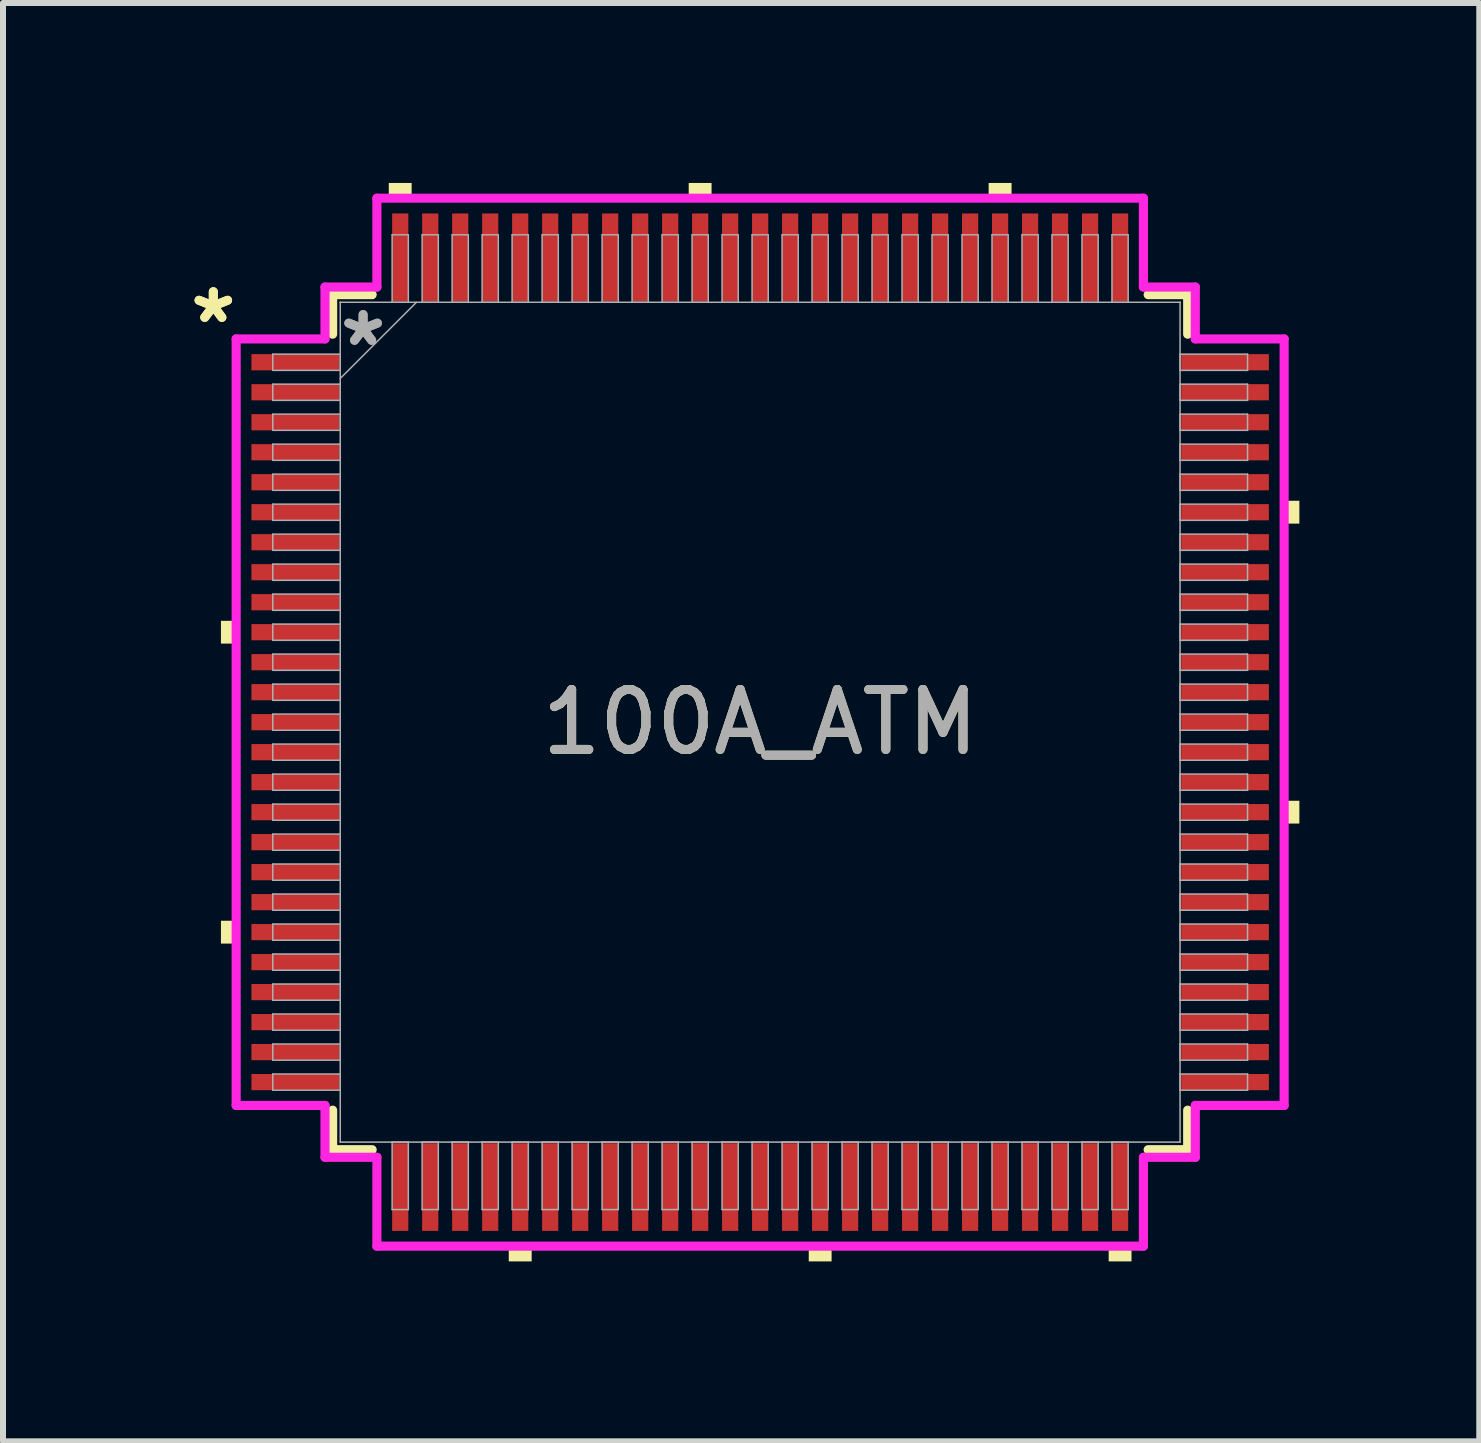
<source format=kicad_pcb>
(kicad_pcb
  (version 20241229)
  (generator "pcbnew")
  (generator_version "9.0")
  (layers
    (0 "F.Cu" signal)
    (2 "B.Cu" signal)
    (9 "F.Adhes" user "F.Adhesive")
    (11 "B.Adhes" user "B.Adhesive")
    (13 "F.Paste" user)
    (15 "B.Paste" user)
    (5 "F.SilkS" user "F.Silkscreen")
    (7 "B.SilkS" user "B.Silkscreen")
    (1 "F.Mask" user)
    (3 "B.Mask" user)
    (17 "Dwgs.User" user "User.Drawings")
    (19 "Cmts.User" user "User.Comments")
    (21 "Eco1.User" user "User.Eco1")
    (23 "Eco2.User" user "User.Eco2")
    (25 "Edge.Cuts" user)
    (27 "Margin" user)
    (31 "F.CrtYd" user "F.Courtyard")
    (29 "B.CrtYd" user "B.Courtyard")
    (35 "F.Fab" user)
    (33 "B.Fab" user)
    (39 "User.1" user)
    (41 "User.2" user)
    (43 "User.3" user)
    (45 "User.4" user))
  (footprint "100A_ATM"
    (layer "F.Cu")
    (at 9.622 8.989)
    (property "Reference" "100A_ATM" (at 0 0 0) (unlocked yes) (layer "F.SilkS") (effects (font (size 1 1) (thickness 0.15))))
    (attr smd)
    (fp_line (start -7.127 -7.127) (end -7.127 -6.468) (stroke (width 0.152) (type solid)) (layer "F.SilkS"))
    (fp_line (start -7.127 6.468) (end -7.127 7.127) (stroke (width 0.152) (type solid)) (layer "F.SilkS"))
    (fp_line (start -7.127 7.127) (end -6.468 7.127) (stroke (width 0.152) (type solid)) (layer "F.SilkS"))
    (fp_line (start -6.468 -7.127) (end -7.127 -7.127) (stroke (width 0.152) (type solid)) (layer "F.SilkS"))
    (fp_line (start 6.468 7.127) (end 7.127 7.127) (stroke (width 0.152) (type solid)) (layer "F.SilkS"))
    (fp_line (start 7.127 -7.127) (end 6.468 -7.127) (stroke (width 0.152) (type solid)) (layer "F.SilkS"))
    (fp_line (start 7.127 -6.468) (end 7.127 -7.127) (stroke (width 0.152) (type solid)) (layer "F.SilkS"))
    (fp_line (start 7.127 7.127) (end 7.127 6.468) (stroke (width 0.152) (type solid)) (layer "F.SilkS"))
    (fp_poly (pts (xy -8.989 -1.69) (xy -8.989 -1.31) (xy -8.735 -1.31) (xy -8.735 -1.69)) (stroke (width 0) (type solid)) (fill yes) (layer "F.SilkS"))
    (fp_poly (pts (xy -8.989 3.31) (xy -8.989 3.691) (xy -8.735 3.691) (xy -8.735 3.31)) (stroke (width 0) (type solid)) (fill yes) (layer "F.SilkS"))
    (fp_poly (pts (xy -6.191 -8.735) (xy -6.191 -8.989) (xy -5.81 -8.989) (xy -5.81 -8.735)) (stroke (width 0) (type solid)) (fill yes) (layer "F.SilkS"))
    (fp_poly (pts (xy -4.191 8.735) (xy -4.191 8.989) (xy -3.809 8.989) (xy -3.809 8.735)) (stroke (width 0) (type solid)) (fill yes) (layer "F.SilkS"))
    (fp_poly (pts (xy -1.191 -8.735) (xy -1.191 -8.989) (xy -0.81 -8.989) (xy -0.81 -8.735)) (stroke (width 0) (type solid)) (fill yes) (layer "F.SilkS"))
    (fp_poly (pts (xy 0.81 8.735) (xy 0.81 8.989) (xy 1.191 8.989) (xy 1.191 8.735)) (stroke (width 0) (type solid)) (fill yes) (layer "F.SilkS"))
    (fp_poly (pts (xy 3.809 -8.735) (xy 3.809 -8.989) (xy 4.191 -8.989) (xy 4.191 -8.735)) (stroke (width 0) (type solid)) (fill yes) (layer "F.SilkS"))
    (fp_poly (pts (xy 5.81 8.735) (xy 5.81 8.989) (xy 6.191 8.989) (xy 6.191 8.735)) (stroke (width 0) (type solid)) (fill yes) (layer "F.SilkS"))
    (fp_poly (pts (xy 8.989 -3.691) (xy 8.989 -3.31) (xy 8.735 -3.31) (xy 8.735 -3.691)) (stroke (width 0) (type solid)) (fill yes) (layer "F.SilkS"))
    (fp_poly (pts (xy 8.989 1.31) (xy 8.989 1.69) (xy 8.735 1.69) (xy 8.735 1.31)) (stroke (width 0) (type solid)) (fill yes) (layer "F.SilkS"))
    (fp_line (start -8.735 -6.389) (end -7.254 -6.389) (stroke (width 0.152) (type solid)) (layer "F.CrtYd"))
    (fp_line (start -8.735 6.389) (end -8.735 -6.389) (stroke (width 0.152) (type solid)) (layer "F.CrtYd"))
    (fp_line (start -7.254 -7.254) (end -6.389 -7.254) (stroke (width 0.152) (type solid)) (layer "F.CrtYd"))
    (fp_line (start -7.254 -6.389) (end -7.254 -7.254) (stroke (width 0.152) (type solid)) (layer "F.CrtYd"))
    (fp_line (start -7.254 6.389) (end -8.735 6.389) (stroke (width 0.152) (type solid)) (layer "F.CrtYd"))
    (fp_line (start -7.254 7.254) (end -7.254 6.389) (stroke (width 0.152) (type solid)) (layer "F.CrtYd"))
    (fp_line (start -7.254 7.254) (end -6.389 7.254) (stroke (width 0.152) (type solid)) (layer "F.CrtYd"))
    (fp_line (start -6.389 -8.735) (end 6.389 -8.735) (stroke (width 0.152) (type solid)) (layer "F.CrtYd"))
    (fp_line (start -6.389 -7.254) (end -6.389 -8.735) (stroke (width 0.152) (type solid)) (layer "F.CrtYd"))
    (fp_line (start -6.389 7.254) (end -6.389 8.735) (stroke (width 0.152) (type solid)) (layer "F.CrtYd"))
    (fp_line (start -6.389 8.735) (end 6.389 8.735) (stroke (width 0.152) (type solid)) (layer "F.CrtYd"))
    (fp_line (start 6.389 -8.735) (end 6.389 -7.254) (stroke (width 0.152) (type solid)) (layer "F.CrtYd"))
    (fp_line (start 6.389 -7.254) (end 7.254 -7.254) (stroke (width 0.152) (type solid)) (layer "F.CrtYd"))
    (fp_line (start 6.389 7.254) (end 7.254 7.254) (stroke (width 0.152) (type solid)) (layer "F.CrtYd"))
    (fp_line (start 6.389 8.735) (end 6.389 7.254) (stroke (width 0.152) (type solid)) (layer "F.CrtYd"))
    (fp_line (start 7.254 -6.389) (end 7.254 -7.254) (stroke (width 0.152) (type solid)) (layer "F.CrtYd"))
    (fp_line (start 7.254 6.389) (end 8.735 6.389) (stroke (width 0.152) (type solid)) (layer "F.CrtYd"))
    (fp_line (start 7.254 7.254) (end 7.254 6.389) (stroke (width 0.152) (type solid)) (layer "F.CrtYd"))
    (fp_line (start 8.735 -6.389) (end 7.254 -6.389) (stroke (width 0.152) (type solid)) (layer "F.CrtYd"))
    (fp_line (start 8.735 6.389) (end 8.735 -6.389) (stroke (width 0.152) (type solid)) (layer "F.CrtYd"))
    (fp_line (start -8.125 -6.135) (end -8.125 -5.865) (stroke (width 0.025) (type solid)) (layer "F.Fab"))
    (fp_line (start -8.125 -5.865) (end -7 -5.865) (stroke (width 0.025) (type solid)) (layer "F.Fab"))
    (fp_line (start -8.125 -5.635) (end -8.125 -5.365) (stroke (width 0.025) (type solid)) (layer "F.Fab"))
    (fp_line (start -8.125 -5.365) (end -7 -5.365) (stroke (width 0.025) (type solid)) (layer "F.Fab"))
    (fp_line (start -8.125 -5.135) (end -8.125 -4.865) (stroke (width 0.025) (type solid)) (layer "F.Fab"))
    (fp_line (start -8.125 -4.865) (end -7 -4.865) (stroke (width 0.025) (type solid)) (layer "F.Fab"))
    (fp_line (start -8.125 -4.635) (end -8.125 -4.365) (stroke (width 0.025) (type solid)) (layer "F.Fab"))
    (fp_line (start -8.125 -4.365) (end -7 -4.365) (stroke (width 0.025) (type solid)) (layer "F.Fab"))
    (fp_line (start -8.125 -4.135) (end -8.125 -3.865) (stroke (width 0.025) (type solid)) (layer "F.Fab"))
    (fp_line (start -8.125 -3.865) (end -7 -3.865) (stroke (width 0.025) (type solid)) (layer "F.Fab"))
    (fp_line (start -8.125 -3.635) (end -8.125 -3.365) (stroke (width 0.025) (type solid)) (layer "F.Fab"))
    (fp_line (start -8.125 -3.365) (end -7 -3.365) (stroke (width 0.025) (type solid)) (layer "F.Fab"))
    (fp_line (start -8.125 -3.135) (end -8.125 -2.865) (stroke (width 0.025) (type solid)) (layer "F.Fab"))
    (fp_line (start -8.125 -2.865) (end -7 -2.865) (stroke (width 0.025) (type solid)) (layer "F.Fab"))
    (fp_line (start -8.125 -2.635) (end -8.125 -2.365) (stroke (width 0.025) (type solid)) (layer "F.Fab"))
    (fp_line (start -8.125 -2.365) (end -7 -2.365) (stroke (width 0.025) (type solid)) (layer "F.Fab"))
    (fp_line (start -8.125 -2.135) (end -8.125 -1.865) (stroke (width 0.025) (type solid)) (layer "F.Fab"))
    (fp_line (start -8.125 -1.865) (end -7 -1.865) (stroke (width 0.025) (type solid)) (layer "F.Fab"))
    (fp_line (start -8.125 -1.635) (end -8.125 -1.365) (stroke (width 0.025) (type solid)) (layer "F.Fab"))
    (fp_line (start -8.125 -1.365) (end -7 -1.365) (stroke (width 0.025) (type solid)) (layer "F.Fab"))
    (fp_line (start -8.125 -1.135) (end -8.125 -0.865) (stroke (width 0.025) (type solid)) (layer "F.Fab"))
    (fp_line (start -8.125 -0.865) (end -7 -0.865) (stroke (width 0.025) (type solid)) (layer "F.Fab"))
    (fp_line (start -8.125 -0.635) (end -8.125 -0.365) (stroke (width 0.025) (type solid)) (layer "F.Fab"))
    (fp_line (start -8.125 -0.365) (end -7 -0.365) (stroke (width 0.025) (type solid)) (layer "F.Fab"))
    (fp_line (start -8.125 -0.135) (end -8.125 0.135) (stroke (width 0.025) (type solid)) (layer "F.Fab"))
    (fp_line (start -8.125 0.135) (end -7 0.135) (stroke (width 0.025) (type solid)) (layer "F.Fab"))
    (fp_line (start -8.125 0.365) (end -8.125 0.635) (stroke (width 0.025) (type solid)) (layer "F.Fab"))
    (fp_line (start -8.125 0.635) (end -7 0.635) (stroke (width 0.025) (type solid)) (layer "F.Fab"))
    (fp_line (start -8.125 0.865) (end -8.125 1.135) (stroke (width 0.025) (type solid)) (layer "F.Fab"))
    (fp_line (start -8.125 1.135) (end -7 1.135) (stroke (width 0.025) (type solid)) (layer "F.Fab"))
    (fp_line (start -8.125 1.365) (end -8.125 1.635) (stroke (width 0.025) (type solid)) (layer "F.Fab"))
    (fp_line (start -8.125 1.635) (end -7 1.635) (stroke (width 0.025) (type solid)) (layer "F.Fab"))
    (fp_line (start -8.125 1.865) (end -8.125 2.135) (stroke (width 0.025) (type solid)) (layer "F.Fab"))
    (fp_line (start -8.125 2.135) (end -7 2.135) (stroke (width 0.025) (type solid)) (layer "F.Fab"))
    (fp_line (start -8.125 2.365) (end -8.125 2.635) (stroke (width 0.025) (type solid)) (layer "F.Fab"))
    (fp_line (start -8.125 2.635) (end -7 2.635) (stroke (width 0.025) (type solid)) (layer "F.Fab"))
    (fp_line (start -8.125 2.865) (end -8.125 3.135) (stroke (width 0.025) (type solid)) (layer "F.Fab"))
    (fp_line (start -8.125 3.135) (end -7 3.135) (stroke (width 0.025) (type solid)) (layer "F.Fab"))
    (fp_line (start -8.125 3.365) (end -8.125 3.635) (stroke (width 0.025) (type solid)) (layer "F.Fab"))
    (fp_line (start -8.125 3.635) (end -7 3.635) (stroke (width 0.025) (type solid)) (layer "F.Fab"))
    (fp_line (start -8.125 3.865) (end -8.125 4.135) (stroke (width 0.025) (type solid)) (layer "F.Fab"))
    (fp_line (start -8.125 4.135) (end -7 4.135) (stroke (width 0.025) (type solid)) (layer "F.Fab"))
    (fp_line (start -8.125 4.365) (end -8.125 4.635) (stroke (width 0.025) (type solid)) (layer "F.Fab"))
    (fp_line (start -8.125 4.635) (end -7 4.635) (stroke (width 0.025) (type solid)) (layer "F.Fab"))
    (fp_line (start -8.125 4.865) (end -8.125 5.135) (stroke (width 0.025) (type solid)) (layer "F.Fab"))
    (fp_line (start -8.125 5.135) (end -7 5.135) (stroke (width 0.025) (type solid)) (layer "F.Fab"))
    (fp_line (start -8.125 5.365) (end -8.125 5.635) (stroke (width 0.025) (type solid)) (layer "F.Fab"))
    (fp_line (start -8.125 5.635) (end -7 5.635) (stroke (width 0.025) (type solid)) (layer "F.Fab"))
    (fp_line (start -8.125 5.865) (end -8.125 6.135) (stroke (width 0.025) (type solid)) (layer "F.Fab"))
    (fp_line (start -8.125 6.135) (end -7 6.135) (stroke (width 0.025) (type solid)) (layer "F.Fab"))
    (fp_line (start -7 -6.135) (end -8.125 -6.135) (stroke (width 0.025) (type solid)) (layer "F.Fab"))
    (fp_line (start -7 -5.865) (end -7 -6.135) (stroke (width 0.025) (type solid)) (layer "F.Fab"))
    (fp_line (start -7 -5.73) (end -5.73 -7) (stroke (width 0.025) (type solid)) (layer "F.Fab"))
    (fp_line (start -7 -5.635) (end -8.125 -5.635) (stroke (width 0.025) (type solid)) (layer "F.Fab"))
    (fp_line (start -7 -5.365) (end -7 -5.635) (stroke (width 0.025) (type solid)) (layer "F.Fab"))
    (fp_line (start -7 -5.135) (end -8.125 -5.135) (stroke (width 0.025) (type solid)) (layer "F.Fab"))
    (fp_line (start -7 -4.865) (end -7 -5.135) (stroke (width 0.025) (type solid)) (layer "F.Fab"))
    (fp_line (start -7 -4.635) (end -8.125 -4.635) (stroke (width 0.025) (type solid)) (layer "F.Fab"))
    (fp_line (start -7 -4.365) (end -7 -4.635) (stroke (width 0.025) (type solid)) (layer "F.Fab"))
    (fp_line (start -7 -4.135) (end -8.125 -4.135) (stroke (width 0.025) (type solid)) (layer "F.Fab"))
    (fp_line (start -7 -3.865) (end -7 -4.135) (stroke (width 0.025) (type solid)) (layer "F.Fab"))
    (fp_line (start -7 -3.635) (end -8.125 -3.635) (stroke (width 0.025) (type solid)) (layer "F.Fab"))
    (fp_line (start -7 -3.365) (end -7 -3.635) (stroke (width 0.025) (type solid)) (layer "F.Fab"))
    (fp_line (start -7 -3.135) (end -8.125 -3.135) (stroke (width 0.025) (type solid)) (layer "F.Fab"))
    (fp_line (start -7 -2.865) (end -7 -3.135) (stroke (width 0.025) (type solid)) (layer "F.Fab"))
    (fp_line (start -7 -2.635) (end -8.125 -2.635) (stroke (width 0.025) (type solid)) (layer "F.Fab"))
    (fp_line (start -7 -2.365) (end -7 -2.635) (stroke (width 0.025) (type solid)) (layer "F.Fab"))
    (fp_line (start -7 -2.135) (end -8.125 -2.135) (stroke (width 0.025) (type solid)) (layer "F.Fab"))
    (fp_line (start -7 -1.865) (end -7 -2.135) (stroke (width 0.025) (type solid)) (layer "F.Fab"))
    (fp_line (start -7 -1.635) (end -8.125 -1.635) (stroke (width 0.025) (type solid)) (layer "F.Fab"))
    (fp_line (start -7 -1.365) (end -7 -1.635) (stroke (width 0.025) (type solid)) (layer "F.Fab"))
    (fp_line (start -7 -1.135) (end -8.125 -1.135) (stroke (width 0.025) (type solid)) (layer "F.Fab"))
    (fp_line (start -7 -0.865) (end -7 -1.135) (stroke (width 0.025) (type solid)) (layer "F.Fab"))
    (fp_line (start -7 -0.635) (end -8.125 -0.635) (stroke (width 0.025) (type solid)) (layer "F.Fab"))
    (fp_line (start -7 -0.365) (end -7 -0.635) (stroke (width 0.025) (type solid)) (layer "F.Fab"))
    (fp_line (start -7 -0.135) (end -8.125 -0.135) (stroke (width 0.025) (type solid)) (layer "F.Fab"))
    (fp_line (start -7 0.135) (end -7 -0.135) (stroke (width 0.025) (type solid)) (layer "F.Fab"))
    (fp_line (start -7 0.365) (end -8.125 0.365) (stroke (width 0.025) (type solid)) (layer "F.Fab"))
    (fp_line (start -7 0.635) (end -7 0.365) (stroke (width 0.025) (type solid)) (layer "F.Fab"))
    (fp_line (start -7 0.865) (end -8.125 0.865) (stroke (width 0.025) (type solid)) (layer "F.Fab"))
    (fp_line (start -7 1.135) (end -7 0.865) (stroke (width 0.025) (type solid)) (layer "F.Fab"))
    (fp_line (start -7 1.365) (end -8.125 1.365) (stroke (width 0.025) (type solid)) (layer "F.Fab"))
    (fp_line (start -7 1.635) (end -7 1.365) (stroke (width 0.025) (type solid)) (layer "F.Fab"))
    (fp_line (start -7 1.865) (end -8.125 1.865) (stroke (width 0.025) (type solid)) (layer "F.Fab"))
    (fp_line (start -7 2.135) (end -7 1.865) (stroke (width 0.025) (type solid)) (layer "F.Fab"))
    (fp_line (start -7 2.365) (end -8.125 2.365) (stroke (width 0.025) (type solid)) (layer "F.Fab"))
    (fp_line (start -7 2.635) (end -7 2.365) (stroke (width 0.025) (type solid)) (layer "F.Fab"))
    (fp_line (start -7 2.865) (end -8.125 2.865) (stroke (width 0.025) (type solid)) (layer "F.Fab"))
    (fp_line (start -7 3.135) (end -7 2.865) (stroke (width 0.025) (type solid)) (layer "F.Fab"))
    (fp_line (start -7 3.365) (end -8.125 3.365) (stroke (width 0.025) (type solid)) (layer "F.Fab"))
    (fp_line (start -7 3.635) (end -7 3.365) (stroke (width 0.025) (type solid)) (layer "F.Fab"))
    (fp_line (start -7 3.865) (end -8.125 3.865) (stroke (width 0.025) (type solid)) (layer "F.Fab"))
    (fp_line (start -7 4.135) (end -7 3.865) (stroke (width 0.025) (type solid)) (layer "F.Fab"))
    (fp_line (start -7 4.365) (end -8.125 4.365) (stroke (width 0.025) (type solid)) (layer "F.Fab"))
    (fp_line (start -7 4.635) (end -7 4.365) (stroke (width 0.025) (type solid)) (layer "F.Fab"))
    (fp_line (start -7 4.865) (end -8.125 4.865) (stroke (width 0.025) (type solid)) (layer "F.Fab"))
    (fp_line (start -7 5.135) (end -7 4.865) (stroke (width 0.025) (type solid)) (layer "F.Fab"))
    (fp_line (start -7 5.365) (end -8.125 5.365) (stroke (width 0.025) (type solid)) (layer "F.Fab"))
    (fp_line (start -7 5.635) (end -7 5.365) (stroke (width 0.025) (type solid)) (layer "F.Fab"))
    (fp_line (start -7 5.865) (end -8.125 5.865) (stroke (width 0.025) (type solid)) (layer "F.Fab"))
    (fp_line (start -7 6.135) (end -7 5.865) (stroke (width 0.025) (type solid)) (layer "F.Fab"))
    (fp_line (start -7 -7) (end -7 -7) (stroke (width 0.025) (type solid)) (layer "F.Fab"))
    (fp_line (start -7 -7) (end -7 7) (stroke (width 0.025) (type solid)) (layer "F.Fab"))
    (fp_line (start -7 7) (end -7 7) (stroke (width 0.025) (type solid)) (layer "F.Fab"))
    (fp_line (start -7 7) (end 7 7) (stroke (width 0.025) (type solid)) (layer "F.Fab"))
    (fp_line (start -6.135 -8.125) (end -6.135 -7) (stroke (width 0.025) (type solid)) (layer "F.Fab"))
    (fp_line (start -6.135 -7) (end -5.865 -7) (stroke (width 0.025) (type solid)) (layer "F.Fab"))
    (fp_line (start -6.135 7) (end -6.135 8.125) (stroke (width 0.025) (type solid)) (layer "F.Fab"))
    (fp_line (start -6.135 8.125) (end -5.865 8.125) (stroke (width 0.025) (type solid)) (layer "F.Fab"))
    (fp_line (start -5.865 -8.125) (end -6.135 -8.125) (stroke (width 0.025) (type solid)) (layer "F.Fab"))
    (fp_line (start -5.865 -7) (end -5.865 -8.125) (stroke (width 0.025) (type solid)) (layer "F.Fab"))
    (fp_line (start -5.865 7) (end -6.135 7) (stroke (width 0.025) (type solid)) (layer "F.Fab"))
    (fp_line (start -5.865 8.125) (end -5.865 7) (stroke (width 0.025) (type solid)) (layer "F.Fab"))
    (fp_line (start -5.635 -8.125) (end -5.635 -7) (stroke (width 0.025) (type solid)) (layer "F.Fab"))
    (fp_line (start -5.635 -7) (end -5.365 -7) (stroke (width 0.025) (type solid)) (layer "F.Fab"))
    (fp_line (start -5.635 7) (end -5.635 8.125) (stroke (width 0.025) (type solid)) (layer "F.Fab"))
    (fp_line (start -5.635 8.125) (end -5.365 8.125) (stroke (width 0.025) (type solid)) (layer "F.Fab"))
    (fp_line (start -5.365 -8.125) (end -5.635 -8.125) (stroke (width 0.025) (type solid)) (layer "F.Fab"))
    (fp_line (start -5.365 -7) (end -5.365 -8.125) (stroke (width 0.025) (type solid)) (layer "F.Fab"))
    (fp_line (start -5.365 7) (end -5.635 7) (stroke (width 0.025) (type solid)) (layer "F.Fab"))
    (fp_line (start -5.365 8.125) (end -5.365 7) (stroke (width 0.025) (type solid)) (layer "F.Fab"))
    (fp_line (start -5.135 -8.125) (end -5.135 -7) (stroke (width 0.025) (type solid)) (layer "F.Fab"))
    (fp_line (start -5.135 -7) (end -4.865 -7) (stroke (width 0.025) (type solid)) (layer "F.Fab"))
    (fp_line (start -5.135 7) (end -5.135 8.125) (stroke (width 0.025) (type solid)) (layer "F.Fab"))
    (fp_line (start -5.135 8.125) (end -4.865 8.125) (stroke (width 0.025) (type solid)) (layer "F.Fab"))
    (fp_line (start -4.865 -8.125) (end -5.135 -8.125) (stroke (width 0.025) (type solid)) (layer "F.Fab"))
    (fp_line (start -4.865 -7) (end -4.865 -8.125) (stroke (width 0.025) (type solid)) (layer "F.Fab"))
    (fp_line (start -4.865 7) (end -5.135 7) (stroke (width 0.025) (type solid)) (layer "F.Fab"))
    (fp_line (start -4.865 8.125) (end -4.865 7) (stroke (width 0.025) (type solid)) (layer "F.Fab"))
    (fp_line (start -4.635 -8.125) (end -4.635 -7) (stroke (width 0.025) (type solid)) (layer "F.Fab"))
    (fp_line (start -4.635 -7) (end -4.365 -7) (stroke (width 0.025) (type solid)) (layer "F.Fab"))
    (fp_line (start -4.635 7) (end -4.635 8.125) (stroke (width 0.025) (type solid)) (layer "F.Fab"))
    (fp_line (start -4.635 8.125) (end -4.365 8.125) (stroke (width 0.025) (type solid)) (layer "F.Fab"))
    (fp_line (start -4.365 -8.125) (end -4.635 -8.125) (stroke (width 0.025) (type solid)) (layer "F.Fab"))
    (fp_line (start -4.365 -7) (end -4.365 -8.125) (stroke (width 0.025) (type solid)) (layer "F.Fab"))
    (fp_line (start -4.365 7) (end -4.635 7) (stroke (width 0.025) (type solid)) (layer "F.Fab"))
    (fp_line (start -4.365 8.125) (end -4.365 7) (stroke (width 0.025) (type solid)) (layer "F.Fab"))
    (fp_line (start -4.135 -8.125) (end -4.135 -7) (stroke (width 0.025) (type solid)) (layer "F.Fab"))
    (fp_line (start -4.135 -7) (end -3.865 -7) (stroke (width 0.025) (type solid)) (layer "F.Fab"))
    (fp_line (start -4.135 7) (end -4.135 8.125) (stroke (width 0.025) (type solid)) (layer "F.Fab"))
    (fp_line (start -4.135 8.125) (end -3.865 8.125) (stroke (width 0.025) (type solid)) (layer "F.Fab"))
    (fp_line (start -3.865 -8.125) (end -4.135 -8.125) (stroke (width 0.025) (type solid)) (layer "F.Fab"))
    (fp_line (start -3.865 -7) (end -3.865 -8.125) (stroke (width 0.025) (type solid)) (layer "F.Fab"))
    (fp_line (start -3.865 7) (end -4.135 7) (stroke (width 0.025) (type solid)) (layer "F.Fab"))
    (fp_line (start -3.865 8.125) (end -3.865 7) (stroke (width 0.025) (type solid)) (layer "F.Fab"))
    (fp_line (start -3.635 -8.125) (end -3.635 -7) (stroke (width 0.025) (type solid)) (layer "F.Fab"))
    (fp_line (start -3.635 -7) (end -3.365 -7) (stroke (width 0.025) (type solid)) (layer "F.Fab"))
    (fp_line (start -3.635 7) (end -3.635 8.125) (stroke (width 0.025) (type solid)) (layer "F.Fab"))
    (fp_line (start -3.635 8.125) (end -3.365 8.125) (stroke (width 0.025) (type solid)) (layer "F.Fab"))
    (fp_line (start -3.365 -8.125) (end -3.635 -8.125) (stroke (width 0.025) (type solid)) (layer "F.Fab"))
    (fp_line (start -3.365 -7) (end -3.365 -8.125) (stroke (width 0.025) (type solid)) (layer "F.Fab"))
    (fp_line (start -3.365 7) (end -3.635 7) (stroke (width 0.025) (type solid)) (layer "F.Fab"))
    (fp_line (start -3.365 8.125) (end -3.365 7) (stroke (width 0.025) (type solid)) (layer "F.Fab"))
    (fp_line (start -3.135 -8.125) (end -3.135 -7) (stroke (width 0.025) (type solid)) (layer "F.Fab"))
    (fp_line (start -3.135 -7) (end -2.865 -7) (stroke (width 0.025) (type solid)) (layer "F.Fab"))
    (fp_line (start -3.135 7) (end -3.135 8.125) (stroke (width 0.025) (type solid)) (layer "F.Fab"))
    (fp_line (start -3.135 8.125) (end -2.865 8.125) (stroke (width 0.025) (type solid)) (layer "F.Fab"))
    (fp_line (start -2.865 -8.125) (end -3.135 -8.125) (stroke (width 0.025) (type solid)) (layer "F.Fab"))
    (fp_line (start -2.865 -7) (end -2.865 -8.125) (stroke (width 0.025) (type solid)) (layer "F.Fab"))
    (fp_line (start -2.865 7) (end -3.135 7) (stroke (width 0.025) (type solid)) (layer "F.Fab"))
    (fp_line (start -2.865 8.125) (end -2.865 7) (stroke (width 0.025) (type solid)) (layer "F.Fab"))
    (fp_line (start -2.635 -8.125) (end -2.635 -7) (stroke (width 0.025) (type solid)) (layer "F.Fab"))
    (fp_line (start -2.635 -7) (end -2.365 -7) (stroke (width 0.025) (type solid)) (layer "F.Fab"))
    (fp_line (start -2.635 7) (end -2.635 8.125) (stroke (width 0.025) (type solid)) (layer "F.Fab"))
    (fp_line (start -2.635 8.125) (end -2.365 8.125) (stroke (width 0.025) (type solid)) (layer "F.Fab"))
    (fp_line (start -2.365 -8.125) (end -2.635 -8.125) (stroke (width 0.025) (type solid)) (layer "F.Fab"))
    (fp_line (start -2.365 -7) (end -2.365 -8.125) (stroke (width 0.025) (type solid)) (layer "F.Fab"))
    (fp_line (start -2.365 7) (end -2.635 7) (stroke (width 0.025) (type solid)) (layer "F.Fab"))
    (fp_line (start -2.365 8.125) (end -2.365 7) (stroke (width 0.025) (type solid)) (layer "F.Fab"))
    (fp_line (start -2.135 -8.125) (end -2.135 -7) (stroke (width 0.025) (type solid)) (layer "F.Fab"))
    (fp_line (start -2.135 -7) (end -1.865 -7) (stroke (width 0.025) (type solid)) (layer "F.Fab"))
    (fp_line (start -2.135 7) (end -2.135 8.125) (stroke (width 0.025) (type solid)) (layer "F.Fab"))
    (fp_line (start -2.135 8.125) (end -1.865 8.125) (stroke (width 0.025) (type solid)) (layer "F.Fab"))
    (fp_line (start -1.865 -8.125) (end -2.135 -8.125) (stroke (width 0.025) (type solid)) (layer "F.Fab"))
    (fp_line (start -1.865 -7) (end -1.865 -8.125) (stroke (width 0.025) (type solid)) (layer "F.Fab"))
    (fp_line (start -1.865 7) (end -2.135 7) (stroke (width 0.025) (type solid)) (layer "F.Fab"))
    (fp_line (start -1.865 8.125) (end -1.865 7) (stroke (width 0.025) (type solid)) (layer "F.Fab"))
    (fp_line (start -1.635 -8.125) (end -1.635 -7) (stroke (width 0.025) (type solid)) (layer "F.Fab"))
    (fp_line (start -1.635 -7) (end -1.365 -7) (stroke (width 0.025) (type solid)) (layer "F.Fab"))
    (fp_line (start -1.635 7) (end -1.635 8.125) (stroke (width 0.025) (type solid)) (layer "F.Fab"))
    (fp_line (start -1.635 8.125) (end -1.365 8.125) (stroke (width 0.025) (type solid)) (layer "F.Fab"))
    (fp_line (start -1.365 -8.125) (end -1.635 -8.125) (stroke (width 0.025) (type solid)) (layer "F.Fab"))
    (fp_line (start -1.365 -7) (end -1.365 -8.125) (stroke (width 0.025) (type solid)) (layer "F.Fab"))
    (fp_line (start -1.365 7) (end -1.635 7) (stroke (width 0.025) (type solid)) (layer "F.Fab"))
    (fp_line (start -1.365 8.125) (end -1.365 7) (stroke (width 0.025) (type solid)) (layer "F.Fab"))
    (fp_line (start -1.135 -8.125) (end -1.135 -7) (stroke (width 0.025) (type solid)) (layer "F.Fab"))
    (fp_line (start -1.135 -7) (end -0.865 -7) (stroke (width 0.025) (type solid)) (layer "F.Fab"))
    (fp_line (start -1.135 7) (end -1.135 8.125) (stroke (width 0.025) (type solid)) (layer "F.Fab"))
    (fp_line (start -1.135 8.125) (end -0.865 8.125) (stroke (width 0.025) (type solid)) (layer "F.Fab"))
    (fp_line (start -0.865 -8.125) (end -1.135 -8.125) (stroke (width 0.025) (type solid)) (layer "F.Fab"))
    (fp_line (start -0.865 -7) (end -0.865 -8.125) (stroke (width 0.025) (type solid)) (layer "F.Fab"))
    (fp_line (start -0.865 7) (end -1.135 7) (stroke (width 0.025) (type solid)) (layer "F.Fab"))
    (fp_line (start -0.865 8.125) (end -0.865 7) (stroke (width 0.025) (type solid)) (layer "F.Fab"))
    (fp_line (start -0.635 -8.125) (end -0.635 -7) (stroke (width 0.025) (type solid)) (layer "F.Fab"))
    (fp_line (start -0.635 -7) (end -0.365 -7) (stroke (width 0.025) (type solid)) (layer "F.Fab"))
    (fp_line (start -0.635 7) (end -0.635 8.125) (stroke (width 0.025) (type solid)) (layer "F.Fab"))
    (fp_line (start -0.635 8.125) (end -0.365 8.125) (stroke (width 0.025) (type solid)) (layer "F.Fab"))
    (fp_line (start -0.365 -8.125) (end -0.635 -8.125) (stroke (width 0.025) (type solid)) (layer "F.Fab"))
    (fp_line (start -0.365 -7) (end -0.365 -8.125) (stroke (width 0.025) (type solid)) (layer "F.Fab"))
    (fp_line (start -0.365 7) (end -0.635 7) (stroke (width 0.025) (type solid)) (layer "F.Fab"))
    (fp_line (start -0.365 8.125) (end -0.365 7) (stroke (width 0.025) (type solid)) (layer "F.Fab"))
    (fp_line (start -0.135 -8.125) (end -0.135 -7) (stroke (width 0.025) (type solid)) (layer "F.Fab"))
    (fp_line (start -0.135 -7) (end 0.135 -7) (stroke (width 0.025) (type solid)) (layer "F.Fab"))
    (fp_line (start -0.135 7) (end -0.135 8.125) (stroke (width 0.025) (type solid)) (layer "F.Fab"))
    (fp_line (start -0.135 8.125) (end 0.135 8.125) (stroke (width 0.025) (type solid)) (layer "F.Fab"))
    (fp_line (start 0.135 -8.125) (end -0.135 -8.125) (stroke (width 0.025) (type solid)) (layer "F.Fab"))
    (fp_line (start 0.135 -7) (end 0.135 -8.125) (stroke (width 0.025) (type solid)) (layer "F.Fab"))
    (fp_line (start 0.135 7) (end -0.135 7) (stroke (width 0.025) (type solid)) (layer "F.Fab"))
    (fp_line (start 0.135 8.125) (end 0.135 7) (stroke (width 0.025) (type solid)) (layer "F.Fab"))
    (fp_line (start 0.365 -8.125) (end 0.365 -7) (stroke (width 0.025) (type solid)) (layer "F.Fab"))
    (fp_line (start 0.365 -7) (end 0.635 -7) (stroke (width 0.025) (type solid)) (layer "F.Fab"))
    (fp_line (start 0.365 7) (end 0.365 8.125) (stroke (width 0.025) (type solid)) (layer "F.Fab"))
    (fp_line (start 0.365 8.125) (end 0.635 8.125) (stroke (width 0.025) (type solid)) (layer "F.Fab"))
    (fp_line (start 0.635 -8.125) (end 0.365 -8.125) (stroke (width 0.025) (type solid)) (layer "F.Fab"))
    (fp_line (start 0.635 -7) (end 0.635 -8.125) (stroke (width 0.025) (type solid)) (layer "F.Fab"))
    (fp_line (start 0.635 7) (end 0.365 7) (stroke (width 0.025) (type solid)) (layer "F.Fab"))
    (fp_line (start 0.635 8.125) (end 0.635 7) (stroke (width 0.025) (type solid)) (layer "F.Fab"))
    (fp_line (start 0.865 -8.125) (end 0.865 -7) (stroke (width 0.025) (type solid)) (layer "F.Fab"))
    (fp_line (start 0.865 -7) (end 1.135 -7) (stroke (width 0.025) (type solid)) (layer "F.Fab"))
    (fp_line (start 0.865 7) (end 0.865 8.125) (stroke (width 0.025) (type solid)) (layer "F.Fab"))
    (fp_line (start 0.865 8.125) (end 1.135 8.125) (stroke (width 0.025) (type solid)) (layer "F.Fab"))
    (fp_line (start 1.135 -8.125) (end 0.865 -8.125) (stroke (width 0.025) (type solid)) (layer "F.Fab"))
    (fp_line (start 1.135 -7) (end 1.135 -8.125) (stroke (width 0.025) (type solid)) (layer "F.Fab"))
    (fp_line (start 1.135 7) (end 0.865 7) (stroke (width 0.025) (type solid)) (layer "F.Fab"))
    (fp_line (start 1.135 8.125) (end 1.135 7) (stroke (width 0.025) (type solid)) (layer "F.Fab"))
    (fp_line (start 1.365 -8.125) (end 1.365 -7) (stroke (width 0.025) (type solid)) (layer "F.Fab"))
    (fp_line (start 1.365 -7) (end 1.635 -7) (stroke (width 0.025) (type solid)) (layer "F.Fab"))
    (fp_line (start 1.365 7) (end 1.365 8.125) (stroke (width 0.025) (type solid)) (layer "F.Fab"))
    (fp_line (start 1.365 8.125) (end 1.635 8.125) (stroke (width 0.025) (type solid)) (layer "F.Fab"))
    (fp_line (start 1.635 -8.125) (end 1.365 -8.125) (stroke (width 0.025) (type solid)) (layer "F.Fab"))
    (fp_line (start 1.635 -7) (end 1.635 -8.125) (stroke (width 0.025) (type solid)) (layer "F.Fab"))
    (fp_line (start 1.635 7) (end 1.365 7) (stroke (width 0.025) (type solid)) (layer "F.Fab"))
    (fp_line (start 1.635 8.125) (end 1.635 7) (stroke (width 0.025) (type solid)) (layer "F.Fab"))
    (fp_line (start 1.865 -8.125) (end 1.865 -7) (stroke (width 0.025) (type solid)) (layer "F.Fab"))
    (fp_line (start 1.865 -7) (end 2.135 -7) (stroke (width 0.025) (type solid)) (layer "F.Fab"))
    (fp_line (start 1.865 7) (end 1.865 8.125) (stroke (width 0.025) (type solid)) (layer "F.Fab"))
    (fp_line (start 1.865 8.125) (end 2.135 8.125) (stroke (width 0.025) (type solid)) (layer "F.Fab"))
    (fp_line (start 2.135 -8.125) (end 1.865 -8.125) (stroke (width 0.025) (type solid)) (layer "F.Fab"))
    (fp_line (start 2.135 -7) (end 2.135 -8.125) (stroke (width 0.025) (type solid)) (layer "F.Fab"))
    (fp_line (start 2.135 7) (end 1.865 7) (stroke (width 0.025) (type solid)) (layer "F.Fab"))
    (fp_line (start 2.135 8.125) (end 2.135 7) (stroke (width 0.025) (type solid)) (layer "F.Fab"))
    (fp_line (start 2.365 -8.125) (end 2.365 -7) (stroke (width 0.025) (type solid)) (layer "F.Fab"))
    (fp_line (start 2.365 -7) (end 2.635 -7) (stroke (width 0.025) (type solid)) (layer "F.Fab"))
    (fp_line (start 2.365 7) (end 2.365 8.125) (stroke (width 0.025) (type solid)) (layer "F.Fab"))
    (fp_line (start 2.365 8.125) (end 2.635 8.125) (stroke (width 0.025) (type solid)) (layer "F.Fab"))
    (fp_line (start 2.635 -8.125) (end 2.365 -8.125) (stroke (width 0.025) (type solid)) (layer "F.Fab"))
    (fp_line (start 2.635 -7) (end 2.635 -8.125) (stroke (width 0.025) (type solid)) (layer "F.Fab"))
    (fp_line (start 2.635 7) (end 2.365 7) (stroke (width 0.025) (type solid)) (layer "F.Fab"))
    (fp_line (start 2.635 8.125) (end 2.635 7) (stroke (width 0.025) (type solid)) (layer "F.Fab"))
    (fp_line (start 2.865 -8.125) (end 2.865 -7) (stroke (width 0.025) (type solid)) (layer "F.Fab"))
    (fp_line (start 2.865 -7) (end 3.135 -7) (stroke (width 0.025) (type solid)) (layer "F.Fab"))
    (fp_line (start 2.865 7) (end 2.865 8.125) (stroke (width 0.025) (type solid)) (layer "F.Fab"))
    (fp_line (start 2.865 8.125) (end 3.135 8.125) (stroke (width 0.025) (type solid)) (layer "F.Fab"))
    (fp_line (start 3.135 -8.125) (end 2.865 -8.125) (stroke (width 0.025) (type solid)) (layer "F.Fab"))
    (fp_line (start 3.135 -7) (end 3.135 -8.125) (stroke (width 0.025) (type solid)) (layer "F.Fab"))
    (fp_line (start 3.135 7) (end 2.865 7) (stroke (width 0.025) (type solid)) (layer "F.Fab"))
    (fp_line (start 3.135 8.125) (end 3.135 7) (stroke (width 0.025) (type solid)) (layer "F.Fab"))
    (fp_line (start 3.365 -8.125) (end 3.365 -7) (stroke (width 0.025) (type solid)) (layer "F.Fab"))
    (fp_line (start 3.365 -7) (end 3.635 -7) (stroke (width 0.025) (type solid)) (layer "F.Fab"))
    (fp_line (start 3.365 7) (end 3.365 8.125) (stroke (width 0.025) (type solid)) (layer "F.Fab"))
    (fp_line (start 3.365 8.125) (end 3.635 8.125) (stroke (width 0.025) (type solid)) (layer "F.Fab"))
    (fp_line (start 3.635 -8.125) (end 3.365 -8.125) (stroke (width 0.025) (type solid)) (layer "F.Fab"))
    (fp_line (start 3.635 -7) (end 3.635 -8.125) (stroke (width 0.025) (type solid)) (layer "F.Fab"))
    (fp_line (start 3.635 7) (end 3.365 7) (stroke (width 0.025) (type solid)) (layer "F.Fab"))
    (fp_line (start 3.635 8.125) (end 3.635 7) (stroke (width 0.025) (type solid)) (layer "F.Fab"))
    (fp_line (start 3.865 -8.125) (end 3.865 -7) (stroke (width 0.025) (type solid)) (layer "F.Fab"))
    (fp_line (start 3.865 -7) (end 4.135 -7) (stroke (width 0.025) (type solid)) (layer "F.Fab"))
    (fp_line (start 3.865 7) (end 3.865 8.125) (stroke (width 0.025) (type solid)) (layer "F.Fab"))
    (fp_line (start 3.865 8.125) (end 4.135 8.125) (stroke (width 0.025) (type solid)) (layer "F.Fab"))
    (fp_line (start 4.135 -8.125) (end 3.865 -8.125) (stroke (width 0.025) (type solid)) (layer "F.Fab"))
    (fp_line (start 4.135 -7) (end 4.135 -8.125) (stroke (width 0.025) (type solid)) (layer "F.Fab"))
    (fp_line (start 4.135 7) (end 3.865 7) (stroke (width 0.025) (type solid)) (layer "F.Fab"))
    (fp_line (start 4.135 8.125) (end 4.135 7) (stroke (width 0.025) (type solid)) (layer "F.Fab"))
    (fp_line (start 4.365 -8.125) (end 4.365 -7) (stroke (width 0.025) (type solid)) (layer "F.Fab"))
    (fp_line (start 4.365 -7) (end 4.635 -7) (stroke (width 0.025) (type solid)) (layer "F.Fab"))
    (fp_line (start 4.365 7) (end 4.365 8.125) (stroke (width 0.025) (type solid)) (layer "F.Fab"))
    (fp_line (start 4.365 8.125) (end 4.635 8.125) (stroke (width 0.025) (type solid)) (layer "F.Fab"))
    (fp_line (start 4.635 -8.125) (end 4.365 -8.125) (stroke (width 0.025) (type solid)) (layer "F.Fab"))
    (fp_line (start 4.635 -7) (end 4.635 -8.125) (stroke (width 0.025) (type solid)) (layer "F.Fab"))
    (fp_line (start 4.635 7) (end 4.365 7) (stroke (width 0.025) (type solid)) (layer "F.Fab"))
    (fp_line (start 4.635 8.125) (end 4.635 7) (stroke (width 0.025) (type solid)) (layer "F.Fab"))
    (fp_line (start 4.865 -8.125) (end 4.865 -7) (stroke (width 0.025) (type solid)) (layer "F.Fab"))
    (fp_line (start 4.865 -7) (end 5.135 -7) (stroke (width 0.025) (type solid)) (layer "F.Fab"))
    (fp_line (start 4.865 7) (end 4.865 8.125) (stroke (width 0.025) (type solid)) (layer "F.Fab"))
    (fp_line (start 4.865 8.125) (end 5.135 8.125) (stroke (width 0.025) (type solid)) (layer "F.Fab"))
    (fp_line (start 5.135 -8.125) (end 4.865 -8.125) (stroke (width 0.025) (type solid)) (layer "F.Fab"))
    (fp_line (start 5.135 -7) (end 5.135 -8.125) (stroke (width 0.025) (type solid)) (layer "F.Fab"))
    (fp_line (start 5.135 7) (end 4.865 7) (stroke (width 0.025) (type solid)) (layer "F.Fab"))
    (fp_line (start 5.135 8.125) (end 5.135 7) (stroke (width 0.025) (type solid)) (layer "F.Fab"))
    (fp_line (start 5.365 -8.125) (end 5.365 -7) (stroke (width 0.025) (type solid)) (layer "F.Fab"))
    (fp_line (start 5.365 -7) (end 5.635 -7) (stroke (width 0.025) (type solid)) (layer "F.Fab"))
    (fp_line (start 5.365 7) (end 5.365 8.125) (stroke (width 0.025) (type solid)) (layer "F.Fab"))
    (fp_line (start 5.365 8.125) (end 5.635 8.125) (stroke (width 0.025) (type solid)) (layer "F.Fab"))
    (fp_line (start 5.635 -8.125) (end 5.365 -8.125) (stroke (width 0.025) (type solid)) (layer "F.Fab"))
    (fp_line (start 5.635 -7) (end 5.635 -8.125) (stroke (width 0.025) (type solid)) (layer "F.Fab"))
    (fp_line (start 5.635 7) (end 5.365 7) (stroke (width 0.025) (type solid)) (layer "F.Fab"))
    (fp_line (start 5.635 8.125) (end 5.635 7) (stroke (width 0.025) (type solid)) (layer "F.Fab"))
    (fp_line (start 5.865 -8.125) (end 5.865 -7) (stroke (width 0.025) (type solid)) (layer "F.Fab"))
    (fp_line (start 5.865 -7) (end 6.135 -7) (stroke (width 0.025) (type solid)) (layer "F.Fab"))
    (fp_line (start 5.865 7) (end 5.865 8.125) (stroke (width 0.025) (type solid)) (layer "F.Fab"))
    (fp_line (start 5.865 8.125) (end 6.135 8.125) (stroke (width 0.025) (type solid)) (layer "F.Fab"))
    (fp_line (start 6.135 -8.125) (end 5.865 -8.125) (stroke (width 0.025) (type solid)) (layer "F.Fab"))
    (fp_line (start 6.135 -7) (end 6.135 -8.125) (stroke (width 0.025) (type solid)) (layer "F.Fab"))
    (fp_line (start 6.135 7) (end 5.865 7) (stroke (width 0.025) (type solid)) (layer "F.Fab"))
    (fp_line (start 6.135 8.125) (end 6.135 7) (stroke (width 0.025) (type solid)) (layer "F.Fab"))
    (fp_line (start 7 -7) (end -7 -7) (stroke (width 0.025) (type solid)) (layer "F.Fab"))
    (fp_line (start 7 -7) (end 7 -7) (stroke (width 0.025) (type solid)) (layer "F.Fab"))
    (fp_line (start 7 7) (end 7 -7) (stroke (width 0.025) (type solid)) (layer "F.Fab"))
    (fp_line (start 7 7) (end 7 7) (stroke (width 0.025) (type solid)) (layer "F.Fab"))
    (fp_line (start 7 -6.135) (end 7 -5.865) (stroke (width 0.025) (type solid)) (layer "F.Fab"))
    (fp_line (start 7 -5.865) (end 8.125 -5.865) (stroke (width 0.025) (type solid)) (layer "F.Fab"))
    (fp_line (start 7 -5.635) (end 7 -5.365) (stroke (width 0.025) (type solid)) (layer "F.Fab"))
    (fp_line (start 7 -5.365) (end 8.125 -5.365) (stroke (width 0.025) (type solid)) (layer "F.Fab"))
    (fp_line (start 7 -5.135) (end 7 -4.865) (stroke (width 0.025) (type solid)) (layer "F.Fab"))
    (fp_line (start 7 -4.865) (end 8.125 -4.865) (stroke (width 0.025) (type solid)) (layer "F.Fab"))
    (fp_line (start 7 -4.635) (end 7 -4.365) (stroke (width 0.025) (type solid)) (layer "F.Fab"))
    (fp_line (start 7 -4.365) (end 8.125 -4.365) (stroke (width 0.025) (type solid)) (layer "F.Fab"))
    (fp_line (start 7 -4.135) (end 7 -3.865) (stroke (width 0.025) (type solid)) (layer "F.Fab"))
    (fp_line (start 7 -3.865) (end 8.125 -3.865) (stroke (width 0.025) (type solid)) (layer "F.Fab"))
    (fp_line (start 7 -3.635) (end 7 -3.365) (stroke (width 0.025) (type solid)) (layer "F.Fab"))
    (fp_line (start 7 -3.365) (end 8.125 -3.365) (stroke (width 0.025) (type solid)) (layer "F.Fab"))
    (fp_line (start 7 -3.135) (end 7 -2.865) (stroke (width 0.025) (type solid)) (layer "F.Fab"))
    (fp_line (start 7 -2.865) (end 8.125 -2.865) (stroke (width 0.025) (type solid)) (layer "F.Fab"))
    (fp_line (start 7 -2.635) (end 7 -2.365) (stroke (width 0.025) (type solid)) (layer "F.Fab"))
    (fp_line (start 7 -2.365) (end 8.125 -2.365) (stroke (width 0.025) (type solid)) (layer "F.Fab"))
    (fp_line (start 7 -2.135) (end 7 -1.865) (stroke (width 0.025) (type solid)) (layer "F.Fab"))
    (fp_line (start 7 -1.865) (end 8.125 -1.865) (stroke (width 0.025) (type solid)) (layer "F.Fab"))
    (fp_line (start 7 -1.635) (end 7 -1.365) (stroke (width 0.025) (type solid)) (layer "F.Fab"))
    (fp_line (start 7 -1.365) (end 8.125 -1.365) (stroke (width 0.025) (type solid)) (layer "F.Fab"))
    (fp_line (start 7 -1.135) (end 7 -0.865) (stroke (width 0.025) (type solid)) (layer "F.Fab"))
    (fp_line (start 7 -0.865) (end 8.125 -0.865) (stroke (width 0.025) (type solid)) (layer "F.Fab"))
    (fp_line (start 7 -0.635) (end 7 -0.365) (stroke (width 0.025) (type solid)) (layer "F.Fab"))
    (fp_line (start 7 -0.365) (end 8.125 -0.365) (stroke (width 0.025) (type solid)) (layer "F.Fab"))
    (fp_line (start 7 -0.135) (end 7 0.135) (stroke (width 0.025) (type solid)) (layer "F.Fab"))
    (fp_line (start 7 0.135) (end 8.125 0.135) (stroke (width 0.025) (type solid)) (layer "F.Fab"))
    (fp_line (start 7 0.365) (end 7 0.635) (stroke (width 0.025) (type solid)) (layer "F.Fab"))
    (fp_line (start 7 0.635) (end 8.125 0.635) (stroke (width 0.025) (type solid)) (layer "F.Fab"))
    (fp_line (start 7 0.865) (end 7 1.135) (stroke (width 0.025) (type solid)) (layer "F.Fab"))
    (fp_line (start 7 1.135) (end 8.125 1.135) (stroke (width 0.025) (type solid)) (layer "F.Fab"))
    (fp_line (start 7 1.365) (end 7 1.635) (stroke (width 0.025) (type solid)) (layer "F.Fab"))
    (fp_line (start 7 1.635) (end 8.125 1.635) (stroke (width 0.025) (type solid)) (layer "F.Fab"))
    (fp_line (start 7 1.865) (end 7 2.135) (stroke (width 0.025) (type solid)) (layer "F.Fab"))
    (fp_line (start 7 2.135) (end 8.125 2.135) (stroke (width 0.025) (type solid)) (layer "F.Fab"))
    (fp_line (start 7 2.365) (end 7 2.635) (stroke (width 0.025) (type solid)) (layer "F.Fab"))
    (fp_line (start 7 2.635) (end 8.125 2.635) (stroke (width 0.025) (type solid)) (layer "F.Fab"))
    (fp_line (start 7 2.865) (end 7 3.135) (stroke (width 0.025) (type solid)) (layer "F.Fab"))
    (fp_line (start 7 3.135) (end 8.125 3.135) (stroke (width 0.025) (type solid)) (layer "F.Fab"))
    (fp_line (start 7 3.365) (end 7 3.635) (stroke (width 0.025) (type solid)) (layer "F.Fab"))
    (fp_line (start 7 3.635) (end 8.125 3.635) (stroke (width 0.025) (type solid)) (layer "F.Fab"))
    (fp_line (start 7 3.865) (end 7 4.135) (stroke (width 0.025) (type solid)) (layer "F.Fab"))
    (fp_line (start 7 4.135) (end 8.125 4.135) (stroke (width 0.025) (type solid)) (layer "F.Fab"))
    (fp_line (start 7 4.365) (end 7 4.635) (stroke (width 0.025) (type solid)) (layer "F.Fab"))
    (fp_line (start 7 4.635) (end 8.125 4.635) (stroke (width 0.025) (type solid)) (layer "F.Fab"))
    (fp_line (start 7 4.865) (end 7 5.135) (stroke (width 0.025) (type solid)) (layer "F.Fab"))
    (fp_line (start 7 5.135) (end 8.125 5.135) (stroke (width 0.025) (type solid)) (layer "F.Fab"))
    (fp_line (start 7 5.365) (end 7 5.635) (stroke (width 0.025) (type solid)) (layer "F.Fab"))
    (fp_line (start 7 5.635) (end 8.125 5.635) (stroke (width 0.025) (type solid)) (layer "F.Fab"))
    (fp_line (start 7 5.865) (end 7 6.135) (stroke (width 0.025) (type solid)) (layer "F.Fab"))
    (fp_line (start 7 6.135) (end 8.125 6.135) (stroke (width 0.025) (type solid)) (layer "F.Fab"))
    (fp_line (start 8.125 -6.135) (end 7 -6.135) (stroke (width 0.025) (type solid)) (layer "F.Fab"))
    (fp_line (start 8.125 -5.865) (end 8.125 -6.135) (stroke (width 0.025) (type solid)) (layer "F.Fab"))
    (fp_line (start 8.125 -5.635) (end 7 -5.635) (stroke (width 0.025) (type solid)) (layer "F.Fab"))
    (fp_line (start 8.125 -5.365) (end 8.125 -5.635) (stroke (width 0.025) (type solid)) (layer "F.Fab"))
    (fp_line (start 8.125 -5.135) (end 7 -5.135) (stroke (width 0.025) (type solid)) (layer "F.Fab"))
    (fp_line (start 8.125 -4.865) (end 8.125 -5.135) (stroke (width 0.025) (type solid)) (layer "F.Fab"))
    (fp_line (start 8.125 -4.635) (end 7 -4.635) (stroke (width 0.025) (type solid)) (layer "F.Fab"))
    (fp_line (start 8.125 -4.365) (end 8.125 -4.635) (stroke (width 0.025) (type solid)) (layer "F.Fab"))
    (fp_line (start 8.125 -4.135) (end 7 -4.135) (stroke (width 0.025) (type solid)) (layer "F.Fab"))
    (fp_line (start 8.125 -3.865) (end 8.125 -4.135) (stroke (width 0.025) (type solid)) (layer "F.Fab"))
    (fp_line (start 8.125 -3.635) (end 7 -3.635) (stroke (width 0.025) (type solid)) (layer "F.Fab"))
    (fp_line (start 8.125 -3.365) (end 8.125 -3.635) (stroke (width 0.025) (type solid)) (layer "F.Fab"))
    (fp_line (start 8.125 -3.135) (end 7 -3.135) (stroke (width 0.025) (type solid)) (layer "F.Fab"))
    (fp_line (start 8.125 -2.865) (end 8.125 -3.135) (stroke (width 0.025) (type solid)) (layer "F.Fab"))
    (fp_line (start 8.125 -2.635) (end 7 -2.635) (stroke (width 0.025) (type solid)) (layer "F.Fab"))
    (fp_line (start 8.125 -2.365) (end 8.125 -2.635) (stroke (width 0.025) (type solid)) (layer "F.Fab"))
    (fp_line (start 8.125 -2.135) (end 7 -2.135) (stroke (width 0.025) (type solid)) (layer "F.Fab"))
    (fp_line (start 8.125 -1.865) (end 8.125 -2.135) (stroke (width 0.025) (type solid)) (layer "F.Fab"))
    (fp_line (start 8.125 -1.635) (end 7 -1.635) (stroke (width 0.025) (type solid)) (layer "F.Fab"))
    (fp_line (start 8.125 -1.365) (end 8.125 -1.635) (stroke (width 0.025) (type solid)) (layer "F.Fab"))
    (fp_line (start 8.125 -1.135) (end 7 -1.135) (stroke (width 0.025) (type solid)) (layer "F.Fab"))
    (fp_line (start 8.125 -0.865) (end 8.125 -1.135) (stroke (width 0.025) (type solid)) (layer "F.Fab"))
    (fp_line (start 8.125 -0.635) (end 7 -0.635) (stroke (width 0.025) (type solid)) (layer "F.Fab"))
    (fp_line (start 8.125 -0.365) (end 8.125 -0.635) (stroke (width 0.025) (type solid)) (layer "F.Fab"))
    (fp_line (start 8.125 -0.135) (end 7 -0.135) (stroke (width 0.025) (type solid)) (layer "F.Fab"))
    (fp_line (start 8.125 0.135) (end 8.125 -0.135) (stroke (width 0.025) (type solid)) (layer "F.Fab"))
    (fp_line (start 8.125 0.365) (end 7 0.365) (stroke (width 0.025) (type solid)) (layer "F.Fab"))
    (fp_line (start 8.125 0.635) (end 8.125 0.365) (stroke (width 0.025) (type solid)) (layer "F.Fab"))
    (fp_line (start 8.125 0.865) (end 7 0.865) (stroke (width 0.025) (type solid)) (layer "F.Fab"))
    (fp_line (start 8.125 1.135) (end 8.125 0.865) (stroke (width 0.025) (type solid)) (layer "F.Fab"))
    (fp_line (start 8.125 1.365) (end 7 1.365) (stroke (width 0.025) (type solid)) (layer "F.Fab"))
    (fp_line (start 8.125 1.635) (end 8.125 1.365) (stroke (width 0.025) (type solid)) (layer "F.Fab"))
    (fp_line (start 8.125 1.865) (end 7 1.865) (stroke (width 0.025) (type solid)) (layer "F.Fab"))
    (fp_line (start 8.125 2.135) (end 8.125 1.865) (stroke (width 0.025) (type solid)) (layer "F.Fab"))
    (fp_line (start 8.125 2.365) (end 7 2.365) (stroke (width 0.025) (type solid)) (layer "F.Fab"))
    (fp_line (start 8.125 2.635) (end 8.125 2.365) (stroke (width 0.025) (type solid)) (layer "F.Fab"))
    (fp_line (start 8.125 2.865) (end 7 2.865) (stroke (width 0.025) (type solid)) (layer "F.Fab"))
    (fp_line (start 8.125 3.135) (end 8.125 2.865) (stroke (width 0.025) (type solid)) (layer "F.Fab"))
    (fp_line (start 8.125 3.365) (end 7 3.365) (stroke (width 0.025) (type solid)) (layer "F.Fab"))
    (fp_line (start 8.125 3.635) (end 8.125 3.365) (stroke (width 0.025) (type solid)) (layer "F.Fab"))
    (fp_line (start 8.125 3.865) (end 7 3.865) (stroke (width 0.025) (type solid)) (layer "F.Fab"))
    (fp_line (start 8.125 4.135) (end 8.125 3.865) (stroke (width 0.025) (type solid)) (layer "F.Fab"))
    (fp_line (start 8.125 4.365) (end 7 4.365) (stroke (width 0.025) (type solid)) (layer "F.Fab"))
    (fp_line (start 8.125 4.635) (end 8.125 4.365) (stroke (width 0.025) (type solid)) (layer "F.Fab"))
    (fp_line (start 8.125 4.865) (end 7 4.865) (stroke (width 0.025) (type solid)) (layer "F.Fab"))
    (fp_line (start 8.125 5.135) (end 8.125 4.865) (stroke (width 0.025) (type solid)) (layer "F.Fab"))
    (fp_line (start 8.125 5.365) (end 7 5.365) (stroke (width 0.025) (type solid)) (layer "F.Fab"))
    (fp_line (start 8.125 5.635) (end 8.125 5.365) (stroke (width 0.025) (type solid)) (layer "F.Fab"))
    (fp_line (start 8.125 5.865) (end 7 5.865) (stroke (width 0.025) (type solid)) (layer "F.Fab"))
    (fp_line (start 8.125 6.135) (end 8.125 5.865) (stroke (width 0.025) (type solid)) (layer "F.Fab"))
    (fp_text user "*" (at -9.116 -6.631 0) (unlocked yes) (layer "F.SilkS") (effects (font (size 1 1) (thickness 0.15))))
    (fp_text user "*" (at -9.116 -6.631 0) (layer "F.SilkS") (effects (font (size 1 1) (thickness 0.15))))
    (fp_text user "*" (at -6.619 -6.25 0) (unlocked yes) (layer "F.Fab") (effects (font (size 1 1) (thickness 0.15))))
    (fp_text user "${REFERENCE}" (at 0 0 0) (unlocked yes) (layer "F.Fab") (effects (font (size 1 1) (thickness 0.15))))
    (fp_text user "*" (at -6.619 -6.25 0) (layer "F.Fab") (effects (font (size 1 1) (thickness 0.15))))
    (pad "1" smd rect (at -7.75 -6 90) (size 0.27 1.461) (layers "F.Cu" "F.Mask" "F.Paste"))
    (pad "2" smd rect (at -7.75 -5.5 90) (size 0.27 1.461) (layers "F.Cu" "F.Mask" "F.Paste"))
    (pad "3" smd rect (at -7.75 -5 90) (size 0.27 1.461) (layers "F.Cu" "F.Mask" "F.Paste"))
    (pad "4" smd rect (at -7.75 -4.5 90) (size 0.27 1.461) (layers "F.Cu" "F.Mask" "F.Paste"))
    (pad "5" smd rect (at -7.75 -4 90) (size 0.27 1.461) (layers "F.Cu" "F.Mask" "F.Paste"))
    (pad "6" smd rect (at -7.75 -3.5 90) (size 0.27 1.461) (layers "F.Cu" "F.Mask" "F.Paste"))
    (pad "7" smd rect (at -7.75 -3 90) (size 0.27 1.461) (layers "F.Cu" "F.Mask" "F.Paste"))
    (pad "8" smd rect (at -7.75 -2.5 90) (size 0.27 1.461) (layers "F.Cu" "F.Mask" "F.Paste"))
    (pad "9" smd rect (at -7.75 -2 90) (size 0.27 1.461) (layers "F.Cu" "F.Mask" "F.Paste"))
    (pad "10" smd rect (at -7.75 -1.5 90) (size 0.27 1.461) (layers "F.Cu" "F.Mask" "F.Paste"))
    (pad "11" smd rect (at -7.75 -1 90) (size 0.27 1.461) (layers "F.Cu" "F.Mask" "F.Paste"))
    (pad "12" smd rect (at -7.75 -0.5 90) (size 0.27 1.461) (layers "F.Cu" "F.Mask" "F.Paste"))
    (pad "13" smd rect (at -7.75 0 90) (size 0.27 1.461) (layers "F.Cu" "F.Mask" "F.Paste"))
    (pad "14" smd rect (at -7.75 0.5 90) (size 0.27 1.461) (layers "F.Cu" "F.Mask" "F.Paste"))
    (pad "15" smd rect (at -7.75 1 90) (size 0.27 1.461) (layers "F.Cu" "F.Mask" "F.Paste"))
    (pad "16" smd rect (at -7.75 1.5 90) (size 0.27 1.461) (layers "F.Cu" "F.Mask" "F.Paste"))
    (pad "17" smd rect (at -7.75 2 90) (size 0.27 1.461) (layers "F.Cu" "F.Mask" "F.Paste"))
    (pad "18" smd rect (at -7.75 2.5 90) (size 0.27 1.461) (layers "F.Cu" "F.Mask" "F.Paste"))
    (pad "19" smd rect (at -7.75 3 90) (size 0.27 1.461) (layers "F.Cu" "F.Mask" "F.Paste"))
    (pad "20" smd rect (at -7.75 3.5 90) (size 0.27 1.461) (layers "F.Cu" "F.Mask" "F.Paste"))
    (pad "21" smd rect (at -7.75 4 90) (size 0.27 1.461) (layers "F.Cu" "F.Mask" "F.Paste"))
    (pad "22" smd rect (at -7.75 4.5 90) (size 0.27 1.461) (layers "F.Cu" "F.Mask" "F.Paste"))
    (pad "23" smd rect (at -7.75 5 90) (size 0.27 1.461) (layers "F.Cu" "F.Mask" "F.Paste"))
    (pad "24" smd rect (at -7.75 5.5 90) (size 0.27 1.461) (layers "F.Cu" "F.Mask" "F.Paste"))
    (pad "25" smd rect (at -7.75 6 90) (size 0.27 1.461) (layers "F.Cu" "F.Mask" "F.Paste"))
    (pad "26" smd rect (at -6 7.75) (size 0.27 1.461) (layers "F.Cu" "F.Mask" "F.Paste"))
    (pad "27" smd rect (at -5.5 7.75) (size 0.27 1.461) (layers "F.Cu" "F.Mask" "F.Paste"))
    (pad "28" smd rect (at -5 7.75) (size 0.27 1.461) (layers "F.Cu" "F.Mask" "F.Paste"))
    (pad "29" smd rect (at -4.5 7.75) (size 0.27 1.461) (layers "F.Cu" "F.Mask" "F.Paste"))
    (pad "30" smd rect (at -4 7.75) (size 0.27 1.461) (layers "F.Cu" "F.Mask" "F.Paste"))
    (pad "31" smd rect (at -3.5 7.75) (size 0.27 1.461) (layers "F.Cu" "F.Mask" "F.Paste"))
    (pad "32" smd rect (at -3 7.75) (size 0.27 1.461) (layers "F.Cu" "F.Mask" "F.Paste"))
    (pad "33" smd rect (at -2.5 7.75) (size 0.27 1.461) (layers "F.Cu" "F.Mask" "F.Paste"))
    (pad "34" smd rect (at -2 7.75) (size 0.27 1.461) (layers "F.Cu" "F.Mask" "F.Paste"))
    (pad "35" smd rect (at -1.5 7.75) (size 0.27 1.461) (layers "F.Cu" "F.Mask" "F.Paste"))
    (pad "36" smd rect (at -1 7.75) (size 0.27 1.461) (layers "F.Cu" "F.Mask" "F.Paste"))
    (pad "37" smd rect (at -0.5 7.75) (size 0.27 1.461) (layers "F.Cu" "F.Mask" "F.Paste"))
    (pad "38" smd rect (at 0 7.75) (size 0.27 1.461) (layers "F.Cu" "F.Mask" "F.Paste"))
    (pad "39" smd rect (at 0.5 7.75) (size 0.27 1.461) (layers "F.Cu" "F.Mask" "F.Paste"))
    (pad "40" smd rect (at 1 7.75) (size 0.27 1.461) (layers "F.Cu" "F.Mask" "F.Paste"))
    (pad "41" smd rect (at 1.5 7.75) (size 0.27 1.461) (layers "F.Cu" "F.Mask" "F.Paste"))
    (pad "42" smd rect (at 2 7.75) (size 0.27 1.461) (layers "F.Cu" "F.Mask" "F.Paste"))
    (pad "43" smd rect (at 2.5 7.75) (size 0.27 1.461) (layers "F.Cu" "F.Mask" "F.Paste"))
    (pad "44" smd rect (at 3 7.75) (size 0.27 1.461) (layers "F.Cu" "F.Mask" "F.Paste"))
    (pad "45" smd rect (at 3.5 7.75) (size 0.27 1.461) (layers "F.Cu" "F.Mask" "F.Paste"))
    (pad "46" smd rect (at 4 7.75) (size 0.27 1.461) (layers "F.Cu" "F.Mask" "F.Paste"))
    (pad "47" smd rect (at 4.5 7.75) (size 0.27 1.461) (layers "F.Cu" "F.Mask" "F.Paste"))
    (pad "48" smd rect (at 5 7.75) (size 0.27 1.461) (layers "F.Cu" "F.Mask" "F.Paste"))
    (pad "49" smd rect (at 5.5 7.75) (size 0.27 1.461) (layers "F.Cu" "F.Mask" "F.Paste"))
    (pad "50" smd rect (at 6 7.75) (size 0.27 1.461) (layers "F.Cu" "F.Mask" "F.Paste"))
    (pad "51" smd rect (at 7.75 6 90) (size 0.27 1.461) (layers "F.Cu" "F.Mask" "F.Paste"))
    (pad "52" smd rect (at 7.75 5.5 90) (size 0.27 1.461) (layers "F.Cu" "F.Mask" "F.Paste"))
    (pad "53" smd rect (at 7.75 5 90) (size 0.27 1.461) (layers "F.Cu" "F.Mask" "F.Paste"))
    (pad "54" smd rect (at 7.75 4.5 90) (size 0.27 1.461) (layers "F.Cu" "F.Mask" "F.Paste"))
    (pad "55" smd rect (at 7.75 4 90) (size 0.27 1.461) (layers "F.Cu" "F.Mask" "F.Paste"))
    (pad "56" smd rect (at 7.75 3.5 90) (size 0.27 1.461) (layers "F.Cu" "F.Mask" "F.Paste"))
    (pad "57" smd rect (at 7.75 3 90) (size 0.27 1.461) (layers "F.Cu" "F.Mask" "F.Paste"))
    (pad "58" smd rect (at 7.75 2.5 90) (size 0.27 1.461) (layers "F.Cu" "F.Mask" "F.Paste"))
    (pad "59" smd rect (at 7.75 2 90) (size 0.27 1.461) (layers "F.Cu" "F.Mask" "F.Paste"))
    (pad "60" smd rect (at 7.75 1.5 90) (size 0.27 1.461) (layers "F.Cu" "F.Mask" "F.Paste"))
    (pad "61" smd rect (at 7.75 1 90) (size 0.27 1.461) (layers "F.Cu" "F.Mask" "F.Paste"))
    (pad "62" smd rect (at 7.75 0.5 90) (size 0.27 1.461) (layers "F.Cu" "F.Mask" "F.Paste"))
    (pad "63" smd rect (at 7.75 0 90) (size 0.27 1.461) (layers "F.Cu" "F.Mask" "F.Paste"))
    (pad "64" smd rect (at 7.75 -0.5 90) (size 0.27 1.461) (layers "F.Cu" "F.Mask" "F.Paste"))
    (pad "65" smd rect (at 7.75 -1 90) (size 0.27 1.461) (layers "F.Cu" "F.Mask" "F.Paste"))
    (pad "66" smd rect (at 7.75 -1.5 90) (size 0.27 1.461) (layers "F.Cu" "F.Mask" "F.Paste"))
    (pad "67" smd rect (at 7.75 -2 90) (size 0.27 1.461) (layers "F.Cu" "F.Mask" "F.Paste"))
    (pad "68" smd rect (at 7.75 -2.5 90) (size 0.27 1.461) (layers "F.Cu" "F.Mask" "F.Paste"))
    (pad "69" smd rect (at 7.75 -3 90) (size 0.27 1.461) (layers "F.Cu" "F.Mask" "F.Paste"))
    (pad "70" smd rect (at 7.75 -3.5 90) (size 0.27 1.461) (layers "F.Cu" "F.Mask" "F.Paste"))
    (pad "71" smd rect (at 7.75 -4 90) (size 0.27 1.461) (layers "F.Cu" "F.Mask" "F.Paste"))
    (pad "72" smd rect (at 7.75 -4.5 90) (size 0.27 1.461) (layers "F.Cu" "F.Mask" "F.Paste"))
    (pad "73" smd rect (at 7.75 -5 90) (size 0.27 1.461) (layers "F.Cu" "F.Mask" "F.Paste"))
    (pad "74" smd rect (at 7.75 -5.5 90) (size 0.27 1.461) (layers "F.Cu" "F.Mask" "F.Paste"))
    (pad "75" smd rect (at 7.75 -6 90) (size 0.27 1.461) (layers "F.Cu" "F.Mask" "F.Paste"))
    (pad "76" smd rect (at 6 -7.75) (size 0.27 1.461) (layers "F.Cu" "F.Mask" "F.Paste"))
    (pad "77" smd rect (at 5.5 -7.75) (size 0.27 1.461) (layers "F.Cu" "F.Mask" "F.Paste"))
    (pad "78" smd rect (at 5 -7.75) (size 0.27 1.461) (layers "F.Cu" "F.Mask" "F.Paste"))
    (pad "79" smd rect (at 4.5 -7.75) (size 0.27 1.461) (layers "F.Cu" "F.Mask" "F.Paste"))
    (pad "80" smd rect (at 4 -7.75) (size 0.27 1.461) (layers "F.Cu" "F.Mask" "F.Paste"))
    (pad "81" smd rect (at 3.5 -7.75) (size 0.27 1.461) (layers "F.Cu" "F.Mask" "F.Paste"))
    (pad "82" smd rect (at 3 -7.75) (size 0.27 1.461) (layers "F.Cu" "F.Mask" "F.Paste"))
    (pad "83" smd rect (at 2.5 -7.75) (size 0.27 1.461) (layers "F.Cu" "F.Mask" "F.Paste"))
    (pad "84" smd rect (at 2 -7.75) (size 0.27 1.461) (layers "F.Cu" "F.Mask" "F.Paste"))
    (pad "85" smd rect (at 1.5 -7.75) (size 0.27 1.461) (layers "F.Cu" "F.Mask" "F.Paste"))
    (pad "86" smd rect (at 1 -7.75) (size 0.27 1.461) (layers "F.Cu" "F.Mask" "F.Paste"))
    (pad "87" smd rect (at 0.5 -7.75) (size 0.27 1.461) (layers "F.Cu" "F.Mask" "F.Paste"))
    (pad "88" smd rect (at 0 -7.75) (size 0.27 1.461) (layers "F.Cu" "F.Mask" "F.Paste"))
    (pad "89" smd rect (at -0.5 -7.75) (size 0.27 1.461) (layers "F.Cu" "F.Mask" "F.Paste"))
    (pad "90" smd rect (at -1 -7.75) (size 0.27 1.461) (layers "F.Cu" "F.Mask" "F.Paste"))
    (pad "91" smd rect (at -1.5 -7.75) (size 0.27 1.461) (layers "F.Cu" "F.Mask" "F.Paste"))
    (pad "92" smd rect (at -2 -7.75) (size 0.27 1.461) (layers "F.Cu" "F.Mask" "F.Paste"))
    (pad "93" smd rect (at -2.5 -7.75) (size 0.27 1.461) (layers "F.Cu" "F.Mask" "F.Paste"))
    (pad "94" smd rect (at -3 -7.75) (size 0.27 1.461) (layers "F.Cu" "F.Mask" "F.Paste"))
    (pad "95" smd rect (at -3.5 -7.75) (size 0.27 1.461) (layers "F.Cu" "F.Mask" "F.Paste"))
    (pad "96" smd rect (at -4 -7.75) (size 0.27 1.461) (layers "F.Cu" "F.Mask" "F.Paste"))
    (pad "97" smd rect (at -4.5 -7.75) (size 0.27 1.461) (layers "F.Cu" "F.Mask" "F.Paste"))
    (pad "98" smd rect (at -5 -7.75) (size 0.27 1.461) (layers "F.Cu" "F.Mask" "F.Paste"))
    (pad "99" smd rect (at -5.5 -7.75) (size 0.27 1.461) (layers "F.Cu" "F.Mask" "F.Paste"))
    (pad "100" smd rect (at -6 -7.75) (size 0.27 1.461) (layers "F.Cu" "F.Mask" "F.Paste")))
  (gr_rect
    (start -3 -3)
    (end 21.61 20.977)
    (stroke (width 0.1) (type default))
    (fill no)
    (layer "Edge.Cuts")))
</source>
